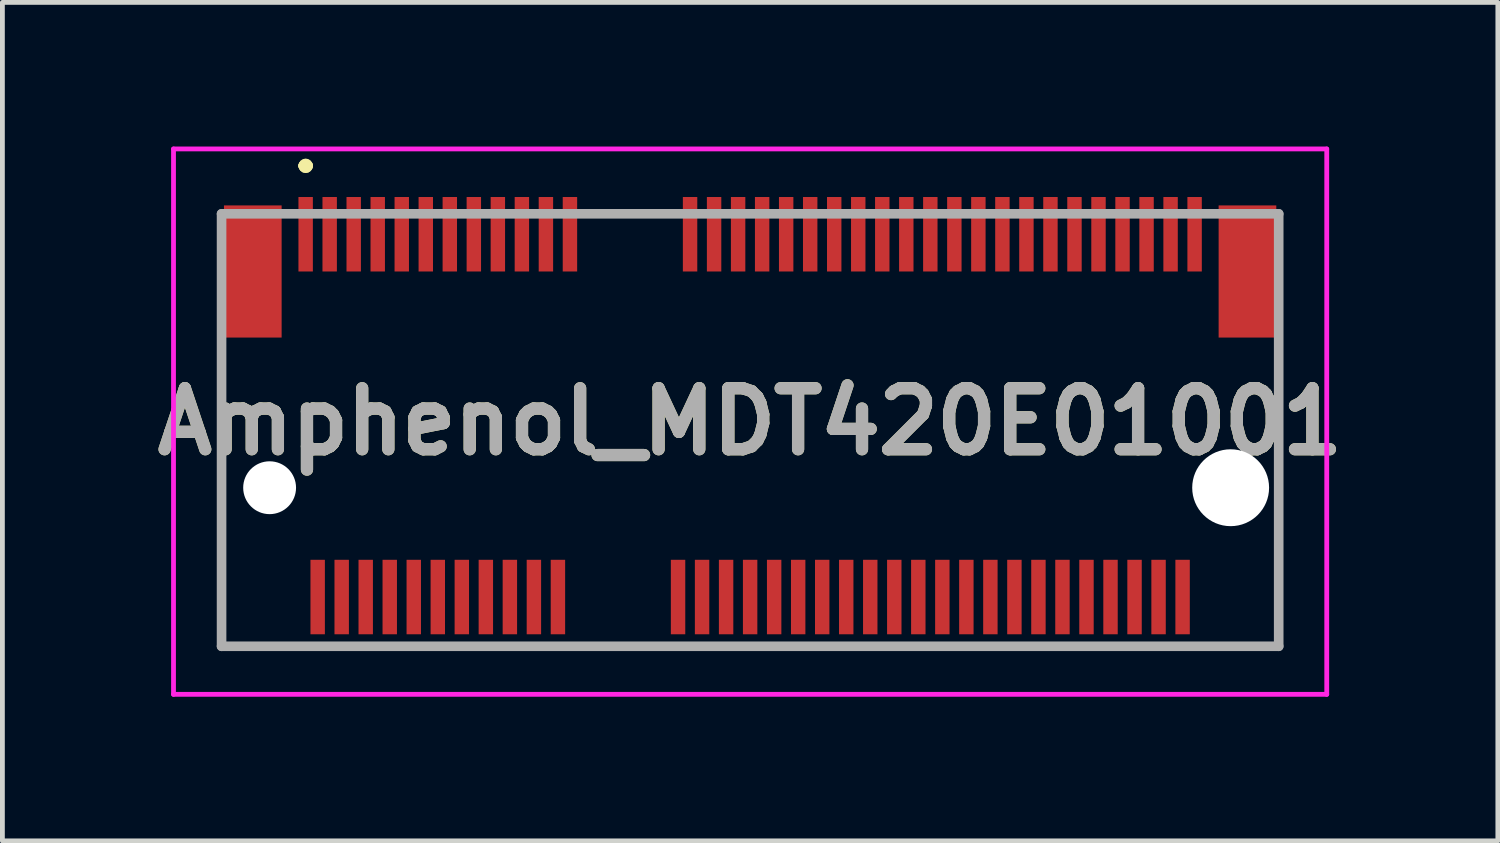
<source format=kicad_pcb>
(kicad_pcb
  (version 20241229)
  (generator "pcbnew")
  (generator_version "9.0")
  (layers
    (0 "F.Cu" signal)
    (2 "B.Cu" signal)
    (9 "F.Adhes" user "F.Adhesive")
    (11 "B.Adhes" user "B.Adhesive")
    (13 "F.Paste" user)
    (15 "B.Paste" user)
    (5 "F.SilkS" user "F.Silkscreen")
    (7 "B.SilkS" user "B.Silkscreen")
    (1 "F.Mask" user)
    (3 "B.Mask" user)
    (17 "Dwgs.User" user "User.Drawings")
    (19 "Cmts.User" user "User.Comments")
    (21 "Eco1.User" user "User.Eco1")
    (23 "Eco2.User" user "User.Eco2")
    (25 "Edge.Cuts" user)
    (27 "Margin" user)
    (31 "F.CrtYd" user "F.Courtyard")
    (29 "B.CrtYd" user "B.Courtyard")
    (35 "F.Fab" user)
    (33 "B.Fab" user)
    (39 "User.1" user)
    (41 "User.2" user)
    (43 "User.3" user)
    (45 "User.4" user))
  (footprint "Amphenol_MDT420E01001"
    (layer "F.Cu")
    (at 3.311 1.825)
    (property "Reference" "Amphenol_MDT420E01001" (at 9.25 3.9 0) (layer "F.SilkS") (effects (font (size 1.27 1.27) (thickness 0.254))))
    (attr through_hole)
    (fp_line (start -1.75 2.825) (end -1.75 2.825) (stroke (width 0.1) (type solid)) (layer "F.SilkS"))
    (fp_line (start -1.75 2.825) (end -1.75 8.575) (stroke (width 0.1) (type solid)) (layer "F.SilkS"))
    (fp_line (start -1.75 8.575) (end -1.75 2.825) (stroke (width 0.1) (type solid)) (layer "F.SilkS"))
    (fp_line (start -1.75 8.575) (end -1.75 8.575) (stroke (width 0.1) (type solid)) (layer "F.SilkS"))
    (fp_line (start -1.75 8.575) (end -1.75 8.575) (stroke (width 0.1) (type solid)) (layer "F.SilkS"))
    (fp_line (start -1.75 8.575) (end -0.5 8.575) (stroke (width 0.1) (type solid)) (layer "F.SilkS"))
    (fp_line (start -0.5 8.575) (end -1.75 8.575) (stroke (width 0.1) (type solid)) (layer "F.SilkS"))
    (fp_line (start -0.5 8.575) (end -0.5 8.575) (stroke (width 0.1) (type solid)) (layer "F.SilkS"))
    (fp_line (start -0.05 -1.425) (end -0.05 -1.425) (stroke (width 0.2) (type solid)) (layer "F.SilkS"))
    (fp_line (start -0.05 -1.425) (end -0.05 -1.425) (stroke (width 0.2) (type solid)) (layer "F.SilkS"))
    (fp_line (start 0.05 -1.425) (end 0.05 -1.425) (stroke (width 0.2) (type solid)) (layer "F.SilkS"))
    (fp_line (start 19 8.575) (end 19 8.575) (stroke (width 0.1) (type solid)) (layer "F.SilkS"))
    (fp_line (start 19 8.575) (end 20.25 8.575) (stroke (width 0.1) (type solid)) (layer "F.SilkS"))
    (fp_line (start 20.25 2.825) (end 20.25 2.825) (stroke (width 0.1) (type solid)) (layer "F.SilkS"))
    (fp_line (start 20.25 2.825) (end 20.25 8.575) (stroke (width 0.1) (type solid)) (layer "F.SilkS"))
    (fp_line (start 20.25 8.575) (end 19 8.575) (stroke (width 0.1) (type solid)) (layer "F.SilkS"))
    (fp_line (start 20.25 8.575) (end 20.25 2.825) (stroke (width 0.1) (type solid)) (layer "F.SilkS"))
    (fp_line (start 20.25 8.575) (end 20.25 8.575) (stroke (width 0.1) (type solid)) (layer "F.SilkS"))
    (fp_line (start 20.25 8.575) (end 20.25 8.575) (stroke (width 0.1) (type solid)) (layer "F.SilkS"))
    (fp_arc (start -0.05 -1.425) (mid 0 -1.475) (end 0.05 -1.425) (stroke (width 0.2) (type solid)) (layer "F.SilkS"))
    (fp_arc (start 0.05 -1.425) (mid 0 -1.375) (end -0.05 -1.425) (stroke (width 0.2) (type solid)) (layer "F.SilkS"))
    (fp_arc (start 0.05 -1.425) (mid 0 -1.375) (end -0.05 -1.425) (stroke (width 0.2) (type solid)) (layer "F.SilkS"))
    (fp_line (start -2.75 -1.775) (end 21.25 -1.775) (stroke (width 0.1) (type solid)) (layer "F.CrtYd"))
    (fp_line (start -2.75 9.575) (end -2.75 -1.775) (stroke (width 0.1) (type solid)) (layer "F.CrtYd"))
    (fp_line (start 21.25 -1.775) (end 21.25 9.575) (stroke (width 0.1) (type solid)) (layer "F.CrtYd"))
    (fp_line (start 21.25 9.575) (end -2.75 9.575) (stroke (width 0.1) (type solid)) (layer "F.CrtYd"))
    (fp_line (start -1.75 -0.425) (end -1.75 8.575) (stroke (width 0.2) (type solid)) (layer "F.Fab"))
    (fp_line (start -1.75 8.575) (end 20.25 8.575) (stroke (width 0.2) (type solid)) (layer "F.Fab"))
    (fp_line (start 20.25 -0.425) (end -1.75 -0.425) (stroke (width 0.2) (type solid)) (layer "F.Fab"))
    (fp_line (start 20.25 8.575) (end 20.25 -0.425) (stroke (width 0.2) (type solid)) (layer "F.Fab"))
    (fp_text user "${REFERENCE}" (at 9.25 3.9 0) (layer "F.Fab") (effects (font (size 1.27 1.27) (thickness 0.254))))
    (pad "" np_thru_hole circle (at -0.75 5.275) (size 1.1 1.1) (drill 1.1) (layers "*.Cu" "*.Mask"))
    (pad "" np_thru_hole circle (at 19.25 5.275) (size 1.6 1.6) (drill 1.6) (layers "*.Cu" "*.Mask"))
    (pad "1" smd rect (at 0 0) (size 0.3 1.55) (layers "F.Cu" "F.Mask" "F.Paste"))
    (pad "2" smd rect (at 0.25 7.55) (size 0.3 1.55) (layers "F.Cu" "F.Mask" "F.Paste"))
    (pad "3" smd rect (at 0.5 0) (size 0.3 1.55) (layers "F.Cu" "F.Mask" "F.Paste"))
    (pad "4" smd rect (at 0.75 7.55) (size 0.3 1.55) (layers "F.Cu" "F.Mask" "F.Paste"))
    (pad "5" smd rect (at 1 0) (size 0.3 1.55) (layers "F.Cu" "F.Mask" "F.Paste"))
    (pad "6" smd rect (at 1.25 7.55) (size 0.3 1.55) (layers "F.Cu" "F.Mask" "F.Paste"))
    (pad "7" smd rect (at 1.5 0) (size 0.3 1.55) (layers "F.Cu" "F.Mask" "F.Paste"))
    (pad "8" smd rect (at 1.75 7.55) (size 0.3 1.55) (layers "F.Cu" "F.Mask" "F.Paste"))
    (pad "9" smd rect (at 2 0) (size 0.3 1.55) (layers "F.Cu" "F.Mask" "F.Paste"))
    (pad "10" smd rect (at 2.25 7.55) (size 0.3 1.55) (layers "F.Cu" "F.Mask" "F.Paste"))
    (pad "11" smd rect (at 2.5 0) (size 0.3 1.55) (layers "F.Cu" "F.Mask" "F.Paste"))
    (pad "12" smd rect (at 2.75 7.55) (size 0.3 1.55) (layers "F.Cu" "F.Mask" "F.Paste"))
    (pad "13" smd rect (at 3 0) (size 0.3 1.55) (layers "F.Cu" "F.Mask" "F.Paste"))
    (pad "14" smd rect (at 3.25 7.55) (size 0.3 1.55) (layers "F.Cu" "F.Mask" "F.Paste"))
    (pad "15" smd rect (at 3.5 0) (size 0.3 1.55) (layers "F.Cu" "F.Mask" "F.Paste"))
    (pad "16" smd rect (at 3.75 7.55) (size 0.3 1.55) (layers "F.Cu" "F.Mask" "F.Paste"))
    (pad "17" smd rect (at 4 0) (size 0.3 1.55) (layers "F.Cu" "F.Mask" "F.Paste"))
    (pad "18" smd rect (at 4.25 7.55) (size 0.3 1.55) (layers "F.Cu" "F.Mask" "F.Paste"))
    (pad "19" smd rect (at 4.5 0) (size 0.3 1.55) (layers "F.Cu" "F.Mask" "F.Paste"))
    (pad "20" smd rect (at 4.75 7.55) (size 0.3 1.55) (layers "F.Cu" "F.Mask" "F.Paste"))
    (pad "21" smd rect (at 5 0) (size 0.3 1.55) (layers "F.Cu" "F.Mask" "F.Paste"))
    (pad "22" smd rect (at 5.25 7.55) (size 0.3 1.55) (layers "F.Cu" "F.Mask" "F.Paste"))
    (pad "23" smd rect (at 5.5 0) (size 0.3 1.55) (layers "F.Cu" "F.Mask" "F.Paste"))
    (pad "32" smd rect (at 7.75 7.55) (size 0.3 1.55) (layers "F.Cu" "F.Mask" "F.Paste"))
    (pad "33" smd rect (at 8 0) (size 0.3 1.55) (layers "F.Cu" "F.Mask" "F.Paste"))
    (pad "34" smd rect (at 8.25 7.55) (size 0.3 1.55) (layers "F.Cu" "F.Mask" "F.Paste"))
    (pad "35" smd rect (at 8.5 0) (size 0.3 1.55) (layers "F.Cu" "F.Mask" "F.Paste"))
    (pad "36" smd rect (at 8.75 7.55) (size 0.3 1.55) (layers "F.Cu" "F.Mask" "F.Paste"))
    (pad "37" smd rect (at 9 0) (size 0.3 1.55) (layers "F.Cu" "F.Mask" "F.Paste"))
    (pad "38" smd rect (at 9.25 7.55) (size 0.3 1.55) (layers "F.Cu" "F.Mask" "F.Paste"))
    (pad "39" smd rect (at 9.5 0) (size 0.3 1.55) (layers "F.Cu" "F.Mask" "F.Paste"))
    (pad "40" smd rect (at 9.75 7.55) (size 0.3 1.55) (layers "F.Cu" "F.Mask" "F.Paste"))
    (pad "41" smd rect (at 10 0) (size 0.3 1.55) (layers "F.Cu" "F.Mask" "F.Paste"))
    (pad "42" smd rect (at 10.25 7.55) (size 0.3 1.55) (layers "F.Cu" "F.Mask" "F.Paste"))
    (pad "43" smd rect (at 10.5 0) (size 0.3 1.55) (layers "F.Cu" "F.Mask" "F.Paste"))
    (pad "44" smd rect (at 10.75 7.55) (size 0.3 1.55) (layers "F.Cu" "F.Mask" "F.Paste"))
    (pad "45" smd rect (at 11 0) (size 0.3 1.55) (layers "F.Cu" "F.Mask" "F.Paste"))
    (pad "46" smd rect (at 11.25 7.55) (size 0.3 1.55) (layers "F.Cu" "F.Mask" "F.Paste"))
    (pad "47" smd rect (at 11.5 0) (size 0.3 1.55) (layers "F.Cu" "F.Mask" "F.Paste"))
    (pad "48" smd rect (at 11.75 7.55) (size 0.3 1.55) (layers "F.Cu" "F.Mask" "F.Paste"))
    (pad "49" smd rect (at 12 0) (size 0.3 1.55) (layers "F.Cu" "F.Mask" "F.Paste"))
    (pad "50" smd rect (at 12.25 7.55) (size 0.3 1.55) (layers "F.Cu" "F.Mask" "F.Paste"))
    (pad "51" smd rect (at 12.5 0) (size 0.3 1.55) (layers "F.Cu" "F.Mask" "F.Paste"))
    (pad "52" smd rect (at 12.75 7.55) (size 0.3 1.55) (layers "F.Cu" "F.Mask" "F.Paste"))
    (pad "53" smd rect (at 13 0) (size 0.3 1.55) (layers "F.Cu" "F.Mask" "F.Paste"))
    (pad "54" smd rect (at 13.25 7.55) (size 0.3 1.55) (layers "F.Cu" "F.Mask" "F.Paste"))
    (pad "55" smd rect (at 13.5 0) (size 0.3 1.55) (layers "F.Cu" "F.Mask" "F.Paste"))
    (pad "56" smd rect (at 13.75 7.55) (size 0.3 1.55) (layers "F.Cu" "F.Mask" "F.Paste"))
    (pad "57" smd rect (at 14 0) (size 0.3 1.55) (layers "F.Cu" "F.Mask" "F.Paste"))
    (pad "58" smd rect (at 14.25 7.55) (size 0.3 1.55) (layers "F.Cu" "F.Mask" "F.Paste"))
    (pad "59" smd rect (at 14.5 0) (size 0.3 1.55) (layers "F.Cu" "F.Mask" "F.Paste"))
    (pad "60" smd rect (at 14.75 7.55) (size 0.3 1.55) (layers "F.Cu" "F.Mask" "F.Paste"))
    (pad "61" smd rect (at 15 0) (size 0.3 1.55) (layers "F.Cu" "F.Mask" "F.Paste"))
    (pad "62" smd rect (at 15.25 7.55) (size 0.3 1.55) (layers "F.Cu" "F.Mask" "F.Paste"))
    (pad "63" smd rect (at 15.5 0) (size 0.3 1.55) (layers "F.Cu" "F.Mask" "F.Paste"))
    (pad "64" smd rect (at 15.75 7.55) (size 0.3 1.55) (layers "F.Cu" "F.Mask" "F.Paste"))
    (pad "65" smd rect (at 16 0) (size 0.3 1.55) (layers "F.Cu" "F.Mask" "F.Paste"))
    (pad "66" smd rect (at 16.25 7.55) (size 0.3 1.55) (layers "F.Cu" "F.Mask" "F.Paste"))
    (pad "67" smd rect (at 16.5 0) (size 0.3 1.55) (layers "F.Cu" "F.Mask" "F.Paste"))
    (pad "68" smd rect (at 16.75 7.55) (size 0.3 1.55) (layers "F.Cu" "F.Mask" "F.Paste"))
    (pad "69" smd rect (at 17 0) (size 0.3 1.55) (layers "F.Cu" "F.Mask" "F.Paste"))
    (pad "70" smd rect (at 17.25 7.55) (size 0.3 1.55) (layers "F.Cu" "F.Mask" "F.Paste"))
    (pad "71" smd rect (at 17.5 0) (size 0.3 1.55) (layers "F.Cu" "F.Mask" "F.Paste"))
    (pad "72" smd rect (at 17.75 7.55) (size 0.3 1.55) (layers "F.Cu" "F.Mask" "F.Paste"))
    (pad "73" smd rect (at 18 0) (size 0.3 1.55) (layers "F.Cu" "F.Mask" "F.Paste"))
    (pad "74" smd rect (at 18.25 7.55) (size 0.3 1.55) (layers "F.Cu" "F.Mask" "F.Paste"))
    (pad "75" smd rect (at 18.5 0) (size 0.3 1.55) (layers "F.Cu" "F.Mask" "F.Paste"))
    (pad "MP1" smd rect (at -1.1 0.775) (size 1.2 2.75) (layers "F.Cu" "F.Mask" "F.Paste"))
    (pad "MP2" smd rect (at 19.6 0.775) (size 1.2 2.75) (layers "F.Cu" "F.Mask" "F.Paste")))
  (gr_rect
    (start -3 -3)
    (end 28.122 14.45)
    (stroke (width 0.1) (type default))
    (fill no)
    (layer "Edge.Cuts")))
</source>
